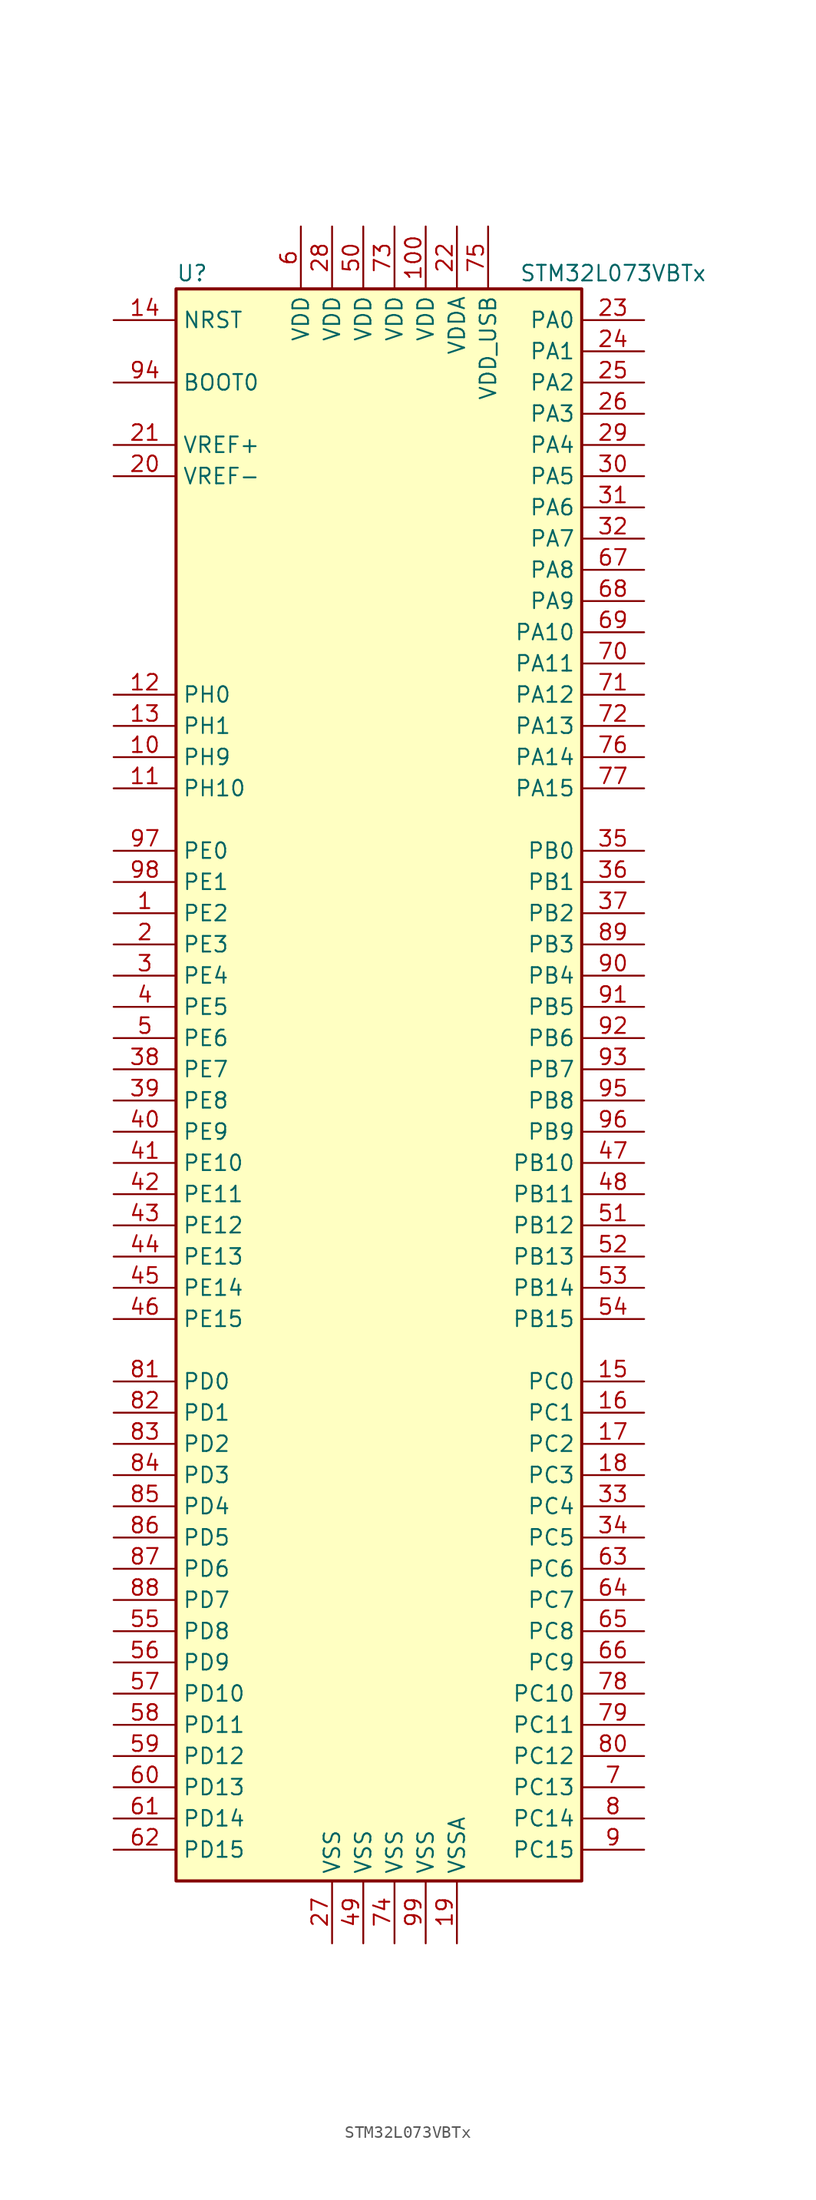
<source format=kicad_sym>
(kicad_symbol_lib
  (version 20201005)
  (generator kicad_symbol_editor)
  (symbol "STM32L073VBTx"
    (property "Reference" "U"
      (at -17.78 64.77 0)
      (effects (font (size 1.27 1.27)) (justify left)))
    (property "Value" "STM32L073VBTx"
      (at 10.16 64.77 0)
      (effects (font (size 1.27 1.27)) (justify left)))
    (symbol "STM32L073VBTx_0_1"
      (rectangle (start -17.78 -66.04) (end 15.24 63.5) (stroke (width 0.254)) (fill (type background))))
    (symbol "STM32L073VBTx_1_1"
      (pin input line (at -22.86 55.88 0) (length 5.08) (name "BOOT0" (effects (font (size 1.27 1.27)))) (number "94" (effects (font (size 1.27 1.27)))))
      (pin input line (at -22.86 60.96 0) (length 5.08) (name "NRST" (effects (font (size 1.27 1.27)))) (number "14" (effects (font (size 1.27 1.27)))))
      (pin bidirectional line (at 20.32 60.96 180) (length 5.08) (name "PA0" (effects (font (size 1.27 1.27)))) (number "23" (effects (font (size 1.27 1.27)))))
      (pin bidirectional line (at 20.32 58.42 180) (length 5.08) (name "PA1" (effects (font (size 1.27 1.27)))) (number "24" (effects (font (size 1.27 1.27)))))
      (pin bidirectional line (at 20.32 35.56 180) (length 5.08) (name "PA10" (effects (font (size 1.27 1.27)))) (number "69" (effects (font (size 1.27 1.27)))))
      (pin bidirectional line (at 20.32 33.02 180) (length 5.08) (name "PA11" (effects (font (size 1.27 1.27)))) (number "70" (effects (font (size 1.27 1.27)))))
      (pin bidirectional line (at 20.32 30.48 180) (length 5.08) (name "PA12" (effects (font (size 1.27 1.27)))) (number "71" (effects (font (size 1.27 1.27)))))
      (pin bidirectional line (at 20.32 27.94 180) (length 5.08) (name "PA13" (effects (font (size 1.27 1.27)))) (number "72" (effects (font (size 1.27 1.27)))))
      (pin bidirectional line (at 20.32 25.4 180) (length 5.08) (name "PA14" (effects (font (size 1.27 1.27)))) (number "76" (effects (font (size 1.27 1.27)))))
      (pin bidirectional line (at 20.32 22.86 180) (length 5.08) (name "PA15" (effects (font (size 1.27 1.27)))) (number "77" (effects (font (size 1.27 1.27)))))
      (pin bidirectional line (at 20.32 55.88 180) (length 5.08) (name "PA2" (effects (font (size 1.27 1.27)))) (number "25" (effects (font (size 1.27 1.27)))))
      (pin bidirectional line (at 20.32 53.34 180) (length 5.08) (name "PA3" (effects (font (size 1.27 1.27)))) (number "26" (effects (font (size 1.27 1.27)))))
      (pin bidirectional line (at 20.32 50.8 180) (length 5.08) (name "PA4" (effects (font (size 1.27 1.27)))) (number "29" (effects (font (size 1.27 1.27)))))
      (pin bidirectional line (at 20.32 48.26 180) (length 5.08) (name "PA5" (effects (font (size 1.27 1.27)))) (number "30" (effects (font (size 1.27 1.27)))))
      (pin bidirectional line (at 20.32 45.72 180) (length 5.08) (name "PA6" (effects (font (size 1.27 1.27)))) (number "31" (effects (font (size 1.27 1.27)))))
      (pin bidirectional line (at 20.32 43.18 180) (length 5.08) (name "PA7" (effects (font (size 1.27 1.27)))) (number "32" (effects (font (size 1.27 1.27)))))
      (pin bidirectional line (at 20.32 40.64 180) (length 5.08) (name "PA8" (effects (font (size 1.27 1.27)))) (number "67" (effects (font (size 1.27 1.27)))))
      (pin bidirectional line (at 20.32 38.1 180) (length 5.08) (name "PA9" (effects (font (size 1.27 1.27)))) (number "68" (effects (font (size 1.27 1.27)))))
      (pin bidirectional line (at 20.32 17.78 180) (length 5.08) (name "PB0" (effects (font (size 1.27 1.27)))) (number "35" (effects (font (size 1.27 1.27)))))
      (pin bidirectional line (at 20.32 15.24 180) (length 5.08) (name "PB1" (effects (font (size 1.27 1.27)))) (number "36" (effects (font (size 1.27 1.27)))))
      (pin bidirectional line (at 20.32 -7.62 180) (length 5.08) (name "PB10" (effects (font (size 1.27 1.27)))) (number "47" (effects (font (size 1.27 1.27)))))
      (pin bidirectional line (at 20.32 -10.16 180) (length 5.08) (name "PB11" (effects (font (size 1.27 1.27)))) (number "48" (effects (font (size 1.27 1.27)))))
      (pin bidirectional line (at 20.32 -12.7 180) (length 5.08) (name "PB12" (effects (font (size 1.27 1.27)))) (number "51" (effects (font (size 1.27 1.27)))))
      (pin bidirectional line (at 20.32 -15.24 180) (length 5.08) (name "PB13" (effects (font (size 1.27 1.27)))) (number "52" (effects (font (size 1.27 1.27)))))
      (pin bidirectional line (at 20.32 -17.78 180) (length 5.08) (name "PB14" (effects (font (size 1.27 1.27)))) (number "53" (effects (font (size 1.27 1.27)))))
      (pin bidirectional line (at 20.32 -20.32 180) (length 5.08) (name "PB15" (effects (font (size 1.27 1.27)))) (number "54" (effects (font (size 1.27 1.27)))))
      (pin bidirectional line (at 20.32 12.7 180) (length 5.08) (name "PB2" (effects (font (size 1.27 1.27)))) (number "37" (effects (font (size 1.27 1.27)))))
      (pin bidirectional line (at 20.32 10.16 180) (length 5.08) (name "PB3" (effects (font (size 1.27 1.27)))) (number "89" (effects (font (size 1.27 1.27)))))
      (pin bidirectional line (at 20.32 7.62 180) (length 5.08) (name "PB4" (effects (font (size 1.27 1.27)))) (number "90" (effects (font (size 1.27 1.27)))))
      (pin bidirectional line (at 20.32 5.08 180) (length 5.08) (name "PB5" (effects (font (size 1.27 1.27)))) (number "91" (effects (font (size 1.27 1.27)))))
      (pin bidirectional line (at 20.32 2.54 180) (length 5.08) (name "PB6" (effects (font (size 1.27 1.27)))) (number "92" (effects (font (size 1.27 1.27)))))
      (pin bidirectional line (at 20.32 0 180) (length 5.08) (name "PB7" (effects (font (size 1.27 1.27)))) (number "93" (effects (font (size 1.27 1.27)))))
      (pin bidirectional line (at 20.32 -2.54 180) (length 5.08) (name "PB8" (effects (font (size 1.27 1.27)))) (number "95" (effects (font (size 1.27 1.27)))))
      (pin bidirectional line (at 20.32 -5.08 180) (length 5.08) (name "PB9" (effects (font (size 1.27 1.27)))) (number "96" (effects (font (size 1.27 1.27)))))
      (pin bidirectional line (at 20.32 -25.4 180) (length 5.08) (name "PC0" (effects (font (size 1.27 1.27)))) (number "15" (effects (font (size 1.27 1.27)))))
      (pin bidirectional line (at 20.32 -27.94 180) (length 5.08) (name "PC1" (effects (font (size 1.27 1.27)))) (number "16" (effects (font (size 1.27 1.27)))))
      (pin bidirectional line (at 20.32 -50.8 180) (length 5.08) (name "PC10" (effects (font (size 1.27 1.27)))) (number "78" (effects (font (size 1.27 1.27)))))
      (pin bidirectional line (at 20.32 -53.34 180) (length 5.08) (name "PC11" (effects (font (size 1.27 1.27)))) (number "79" (effects (font (size 1.27 1.27)))))
      (pin bidirectional line (at 20.32 -55.88 180) (length 5.08) (name "PC12" (effects (font (size 1.27 1.27)))) (number "80" (effects (font (size 1.27 1.27)))))
      (pin bidirectional line (at 20.32 -58.42 180) (length 5.08) (name "PC13" (effects (font (size 1.27 1.27)))) (number "7" (effects (font (size 1.27 1.27)))))
      (pin bidirectional line (at 20.32 -60.96 180) (length 5.08) (name "PC14" (effects (font (size 1.27 1.27)))) (number "8" (effects (font (size 1.27 1.27)))))
      (pin bidirectional line (at 20.32 -63.5 180) (length 5.08) (name "PC15" (effects (font (size 1.27 1.27)))) (number "9" (effects (font (size 1.27 1.27)))))
      (pin bidirectional line (at 20.32 -30.48 180) (length 5.08) (name "PC2" (effects (font (size 1.27 1.27)))) (number "17" (effects (font (size 1.27 1.27)))))
      (pin bidirectional line (at 20.32 -33.02 180) (length 5.08) (name "PC3" (effects (font (size 1.27 1.27)))) (number "18" (effects (font (size 1.27 1.27)))))
      (pin bidirectional line (at 20.32 -35.56 180) (length 5.08) (name "PC4" (effects (font (size 1.27 1.27)))) (number "33" (effects (font (size 1.27 1.27)))))
      (pin bidirectional line (at 20.32 -38.1 180) (length 5.08) (name "PC5" (effects (font (size 1.27 1.27)))) (number "34" (effects (font (size 1.27 1.27)))))
      (pin bidirectional line (at 20.32 -40.64 180) (length 5.08) (name "PC6" (effects (font (size 1.27 1.27)))) (number "63" (effects (font (size 1.27 1.27)))))
      (pin bidirectional line (at 20.32 -43.18 180) (length 5.08) (name "PC7" (effects (font (size 1.27 1.27)))) (number "64" (effects (font (size 1.27 1.27)))))
      (pin bidirectional line (at 20.32 -45.72 180) (length 5.08) (name "PC8" (effects (font (size 1.27 1.27)))) (number "65" (effects (font (size 1.27 1.27)))))
      (pin bidirectional line (at 20.32 -48.26 180) (length 5.08) (name "PC9" (effects (font (size 1.27 1.27)))) (number "66" (effects (font (size 1.27 1.27)))))
      (pin bidirectional line (at -22.86 -25.4 0) (length 5.08) (name "PD0" (effects (font (size 1.27 1.27)))) (number "81" (effects (font (size 1.27 1.27)))))
      (pin bidirectional line (at -22.86 -27.94 0) (length 5.08) (name "PD1" (effects (font (size 1.27 1.27)))) (number "82" (effects (font (size 1.27 1.27)))))
      (pin bidirectional line (at -22.86 -50.8 0) (length 5.08) (name "PD10" (effects (font (size 1.27 1.27)))) (number "57" (effects (font (size 1.27 1.27)))))
      (pin bidirectional line (at -22.86 -53.34 0) (length 5.08) (name "PD11" (effects (font (size 1.27 1.27)))) (number "58" (effects (font (size 1.27 1.27)))))
      (pin bidirectional line (at -22.86 -55.88 0) (length 5.08) (name "PD12" (effects (font (size 1.27 1.27)))) (number "59" (effects (font (size 1.27 1.27)))))
      (pin bidirectional line (at -22.86 -58.42 0) (length 5.08) (name "PD13" (effects (font (size 1.27 1.27)))) (number "60" (effects (font (size 1.27 1.27)))))
      (pin bidirectional line (at -22.86 -60.96 0) (length 5.08) (name "PD14" (effects (font (size 1.27 1.27)))) (number "61" (effects (font (size 1.27 1.27)))))
      (pin bidirectional line (at -22.86 -63.5 0) (length 5.08) (name "PD15" (effects (font (size 1.27 1.27)))) (number "62" (effects (font (size 1.27 1.27)))))
      (pin bidirectional line (at -22.86 -30.48 0) (length 5.08) (name "PD2" (effects (font (size 1.27 1.27)))) (number "83" (effects (font (size 1.27 1.27)))))
      (pin bidirectional line (at -22.86 -33.02 0) (length 5.08) (name "PD3" (effects (font (size 1.27 1.27)))) (number "84" (effects (font (size 1.27 1.27)))))
      (pin bidirectional line (at -22.86 -35.56 0) (length 5.08) (name "PD4" (effects (font (size 1.27 1.27)))) (number "85" (effects (font (size 1.27 1.27)))))
      (pin bidirectional line (at -22.86 -38.1 0) (length 5.08) (name "PD5" (effects (font (size 1.27 1.27)))) (number "86" (effects (font (size 1.27 1.27)))))
      (pin bidirectional line (at -22.86 -40.64 0) (length 5.08) (name "PD6" (effects (font (size 1.27 1.27)))) (number "87" (effects (font (size 1.27 1.27)))))
      (pin bidirectional line (at -22.86 -43.18 0) (length 5.08) (name "PD7" (effects (font (size 1.27 1.27)))) (number "88" (effects (font (size 1.27 1.27)))))
      (pin bidirectional line (at -22.86 -45.72 0) (length 5.08) (name "PD8" (effects (font (size 1.27 1.27)))) (number "55" (effects (font (size 1.27 1.27)))))
      (pin bidirectional line (at -22.86 -48.26 0) (length 5.08) (name "PD9" (effects (font (size 1.27 1.27)))) (number "56" (effects (font (size 1.27 1.27)))))
      (pin bidirectional line (at -22.86 17.78 0) (length 5.08) (name "PE0" (effects (font (size 1.27 1.27)))) (number "97" (effects (font (size 1.27 1.27)))))
      (pin bidirectional line (at -22.86 15.24 0) (length 5.08) (name "PE1" (effects (font (size 1.27 1.27)))) (number "98" (effects (font (size 1.27 1.27)))))
      (pin bidirectional line (at -22.86 -7.62 0) (length 5.08) (name "PE10" (effects (font (size 1.27 1.27)))) (number "41" (effects (font (size 1.27 1.27)))))
      (pin bidirectional line (at -22.86 -10.16 0) (length 5.08) (name "PE11" (effects (font (size 1.27 1.27)))) (number "42" (effects (font (size 1.27 1.27)))))
      (pin bidirectional line (at -22.86 -12.7 0) (length 5.08) (name "PE12" (effects (font (size 1.27 1.27)))) (number "43" (effects (font (size 1.27 1.27)))))
      (pin bidirectional line (at -22.86 -15.24 0) (length 5.08) (name "PE13" (effects (font (size 1.27 1.27)))) (number "44" (effects (font (size 1.27 1.27)))))
      (pin bidirectional line (at -22.86 -17.78 0) (length 5.08) (name "PE14" (effects (font (size 1.27 1.27)))) (number "45" (effects (font (size 1.27 1.27)))))
      (pin bidirectional line (at -22.86 -20.32 0) (length 5.08) (name "PE15" (effects (font (size 1.27 1.27)))) (number "46" (effects (font (size 1.27 1.27)))))
      (pin bidirectional line (at -22.86 12.7 0) (length 5.08) (name "PE2" (effects (font (size 1.27 1.27)))) (number "1" (effects (font (size 1.27 1.27)))))
      (pin bidirectional line (at -22.86 10.16 0) (length 5.08) (name "PE3" (effects (font (size 1.27 1.27)))) (number "2" (effects (font (size 1.27 1.27)))))
      (pin bidirectional line (at -22.86 7.62 0) (length 5.08) (name "PE4" (effects (font (size 1.27 1.27)))) (number "3" (effects (font (size 1.27 1.27)))))
      (pin bidirectional line (at -22.86 5.08 0) (length 5.08) (name "PE5" (effects (font (size 1.27 1.27)))) (number "4" (effects (font (size 1.27 1.27)))))
      (pin bidirectional line (at -22.86 2.54 0) (length 5.08) (name "PE6" (effects (font (size 1.27 1.27)))) (number "5" (effects (font (size 1.27 1.27)))))
      (pin bidirectional line (at -22.86 0 0) (length 5.08) (name "PE7" (effects (font (size 1.27 1.27)))) (number "38" (effects (font (size 1.27 1.27)))))
      (pin bidirectional line (at -22.86 -2.54 0) (length 5.08) (name "PE8" (effects (font (size 1.27 1.27)))) (number "39" (effects (font (size 1.27 1.27)))))
      (pin bidirectional line (at -22.86 -5.08 0) (length 5.08) (name "PE9" (effects (font (size 1.27 1.27)))) (number "40" (effects (font (size 1.27 1.27)))))
      (pin input line (at -22.86 30.48 0) (length 5.08) (name "PH0" (effects (font (size 1.27 1.27)))) (number "12" (effects (font (size 1.27 1.27)))))
      (pin input line (at -22.86 27.94 0) (length 5.08) (name "PH1" (effects (font (size 1.27 1.27)))) (number "13" (effects (font (size 1.27 1.27)))))
      (pin bidirectional line (at -22.86 22.86 0) (length 5.08) (name "PH10" (effects (font (size 1.27 1.27)))) (number "11" (effects (font (size 1.27 1.27)))))
      (pin bidirectional line (at -22.86 25.4 0) (length 5.08) (name "PH9" (effects (font (size 1.27 1.27)))) (number "10" (effects (font (size 1.27 1.27)))))
      (pin power_in line (at 2.54 68.58 270) (length 5.08) (name "VDD" (effects (font (size 1.27 1.27)))) (number "100" (effects (font (size 1.27 1.27)))))
      (pin power_in line (at -5.08 68.58 270) (length 5.08) (name "VDD" (effects (font (size 1.27 1.27)))) (number "28" (effects (font (size 1.27 1.27)))))
      (pin power_in line (at -2.54 68.58 270) (length 5.08) (name "VDD" (effects (font (size 1.27 1.27)))) (number "50" (effects (font (size 1.27 1.27)))))
      (pin power_in line (at -7.62 68.58 270) (length 5.08) (name "VDD" (effects (font (size 1.27 1.27)))) (number "6" (effects (font (size 1.27 1.27)))))
      (pin power_in line (at 0 68.58 270) (length 5.08) (name "VDD" (effects (font (size 1.27 1.27)))) (number "73" (effects (font (size 1.27 1.27)))))
      (pin power_in line (at 5.08 68.58 270) (length 5.08) (name "VDDA" (effects (font (size 1.27 1.27)))) (number "22" (effects (font (size 1.27 1.27)))))
      (pin power_in line (at 7.62 68.58 270) (length 5.08) (name "VDD_USB" (effects (font (size 1.27 1.27)))) (number "75" (effects (font (size 1.27 1.27)))))
      (pin power_in line (at -22.86 50.8 0) (length 5.08) (name "VREF+" (effects (font (size 1.27 1.27)))) (number "21" (effects (font (size 1.27 1.27)))))
      (pin power_in line (at -22.86 48.26 0) (length 5.08) (name "VREF-" (effects (font (size 1.27 1.27)))) (number "20" (effects (font (size 1.27 1.27)))))
      (pin power_in line (at -5.08 -71.12 90) (length 5.08) (name "VSS" (effects (font (size 1.27 1.27)))) (number "27" (effects (font (size 1.27 1.27)))))
      (pin power_in line (at -2.54 -71.12 90) (length 5.08) (name "VSS" (effects (font (size 1.27 1.27)))) (number "49" (effects (font (size 1.27 1.27)))))
      (pin power_in line (at 0 -71.12 90) (length 5.08) (name "VSS" (effects (font (size 1.27 1.27)))) (number "74" (effects (font (size 1.27 1.27)))))
      (pin power_in line (at 2.54 -71.12 90) (length 5.08) (name "VSS" (effects (font (size 1.27 1.27)))) (number "99" (effects (font (size 1.27 1.27)))))
      (pin power_in line (at 5.08 -71.12 90) (length 5.08) (name "VSSA" (effects (font (size 1.27 1.27)))) (number "19" (effects (font (size 1.27 1.27))))))))
</source>
